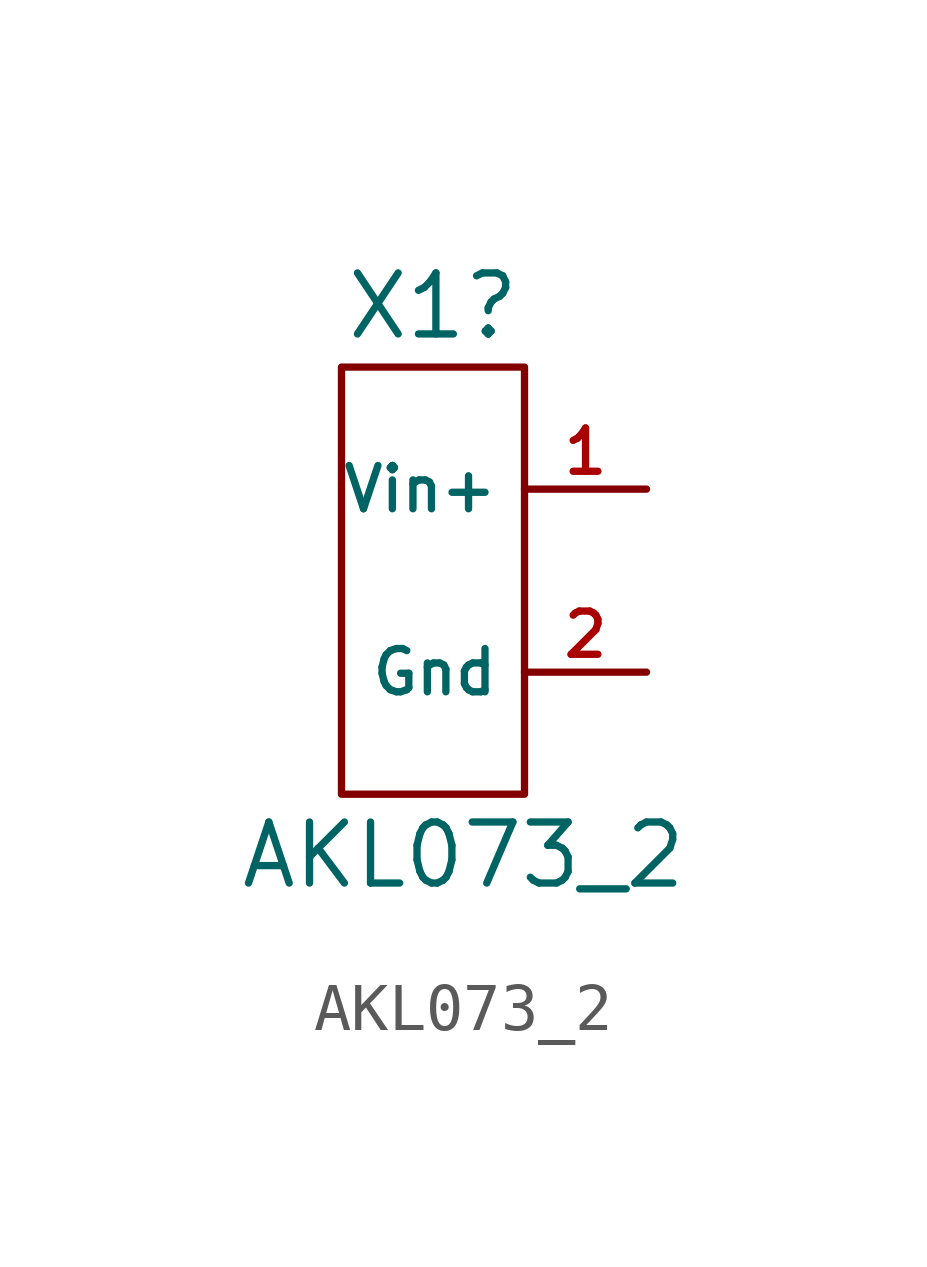
<source format=kicad_sym>
(kicad_symbol_lib
  (version 20220914)
  (generator kicad_symbol_editor)
  (symbol "AKL073_2"
    (property "Reference" "X1"
      (at -22.225 -2.54 0)
      (effects (font (size 1.27 1.27))))
    (property "Value" "AKL073_2"
      (at -21.59 -13.97 0)
      (effects (font (size 1.27 1.27))))
    (symbol "AKL073_2_0_1"
      (rectangle (start -24.13 -3.81) (end -20.32 -12.7) (stroke (width 0) (type default)) (fill (type none))))
    (symbol "AKL073_2_1_1"
      (pin passive line (at -17.78 -6.35 180) (length 2.54) (name "Vin+" (effects (font (size 0.9 0.9)))) (number "1" (effects (font (size 0.9 0.9)))))
      (pin passive line (at -17.78 -10.16 180) (length 2.54) (name "Gnd" (effects (font (size 0.9 0.9)))) (number "2" (effects (font (size 0.9 0.9))))))))
</source>
